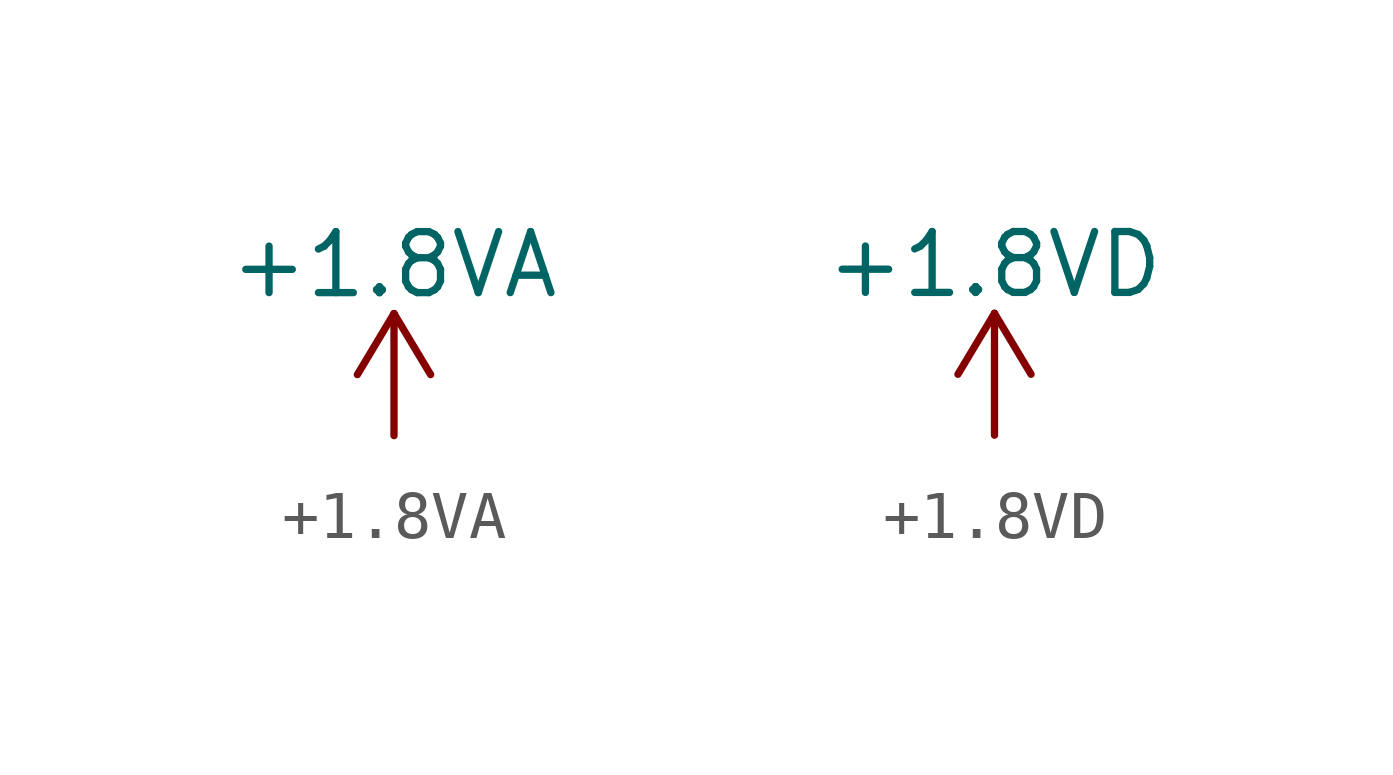
<source format=kicad_sym>
(kicad_symbol_lib
  (version 20220914)
  (generator kicad_symbol_editor)
  (symbol "+1.8VA"
    (power)
    (pin_names
      (offset 0))
    (property "Reference" "#PWR"
      (at 0 -3.81 0)
      (effects (font (size 1.27 1.27)) hide))
    (property "Value" "+1.8VA"
      (at 0 3.556 0)
      (effects (font (size 1.27 1.27))))
    (symbol "+1.8VA_0_1"
      (polyline (pts (xy -0.762 1.27) (xy 0 2.54)) (stroke (width 0) (type default)) (fill (type none)))
      (polyline (pts (xy 0 0) (xy 0 2.54)) (stroke (width 0) (type default)) (fill (type none)))
      (polyline (pts (xy 0 2.54) (xy 0.762 1.27)) (stroke (width 0) (type default)) (fill (type none))))
    (symbol "+1.8VA_1_1"
      (pin power_in line (at 0 0 90) (length 0) hide (name "+1.8VA" (effects (font (size 1.27 1.27)))) (number "1" (effects (font (size 1.27 1.27)))))))
  (symbol "+1.8VD"
    (power)
    (pin_names
      (offset 0))
    (property "Reference" "#PWR"
      (at 0 -3.81 0)
      (effects (font (size 1.27 1.27)) hide))
    (property "Value" "+1.8VD"
      (at 0 3.556 0)
      (effects (font (size 1.27 1.27))))
    (symbol "+1.8VD_0_1"
      (polyline (pts (xy -0.762 1.27) (xy 0 2.54)) (stroke (width 0) (type default)) (fill (type none)))
      (polyline (pts (xy 0 0) (xy 0 2.54)) (stroke (width 0) (type default)) (fill (type none)))
      (polyline (pts (xy 0 2.54) (xy 0.762 1.27)) (stroke (width 0) (type default)) (fill (type none))))
    (symbol "+1.8VD_1_1"
      (pin power_in line (at 0 0 90) (length 0) hide (name "+1.8VD" (effects (font (size 1.27 1.27)))) (number "1" (effects (font (size 1.27 1.27))))))))
</source>
